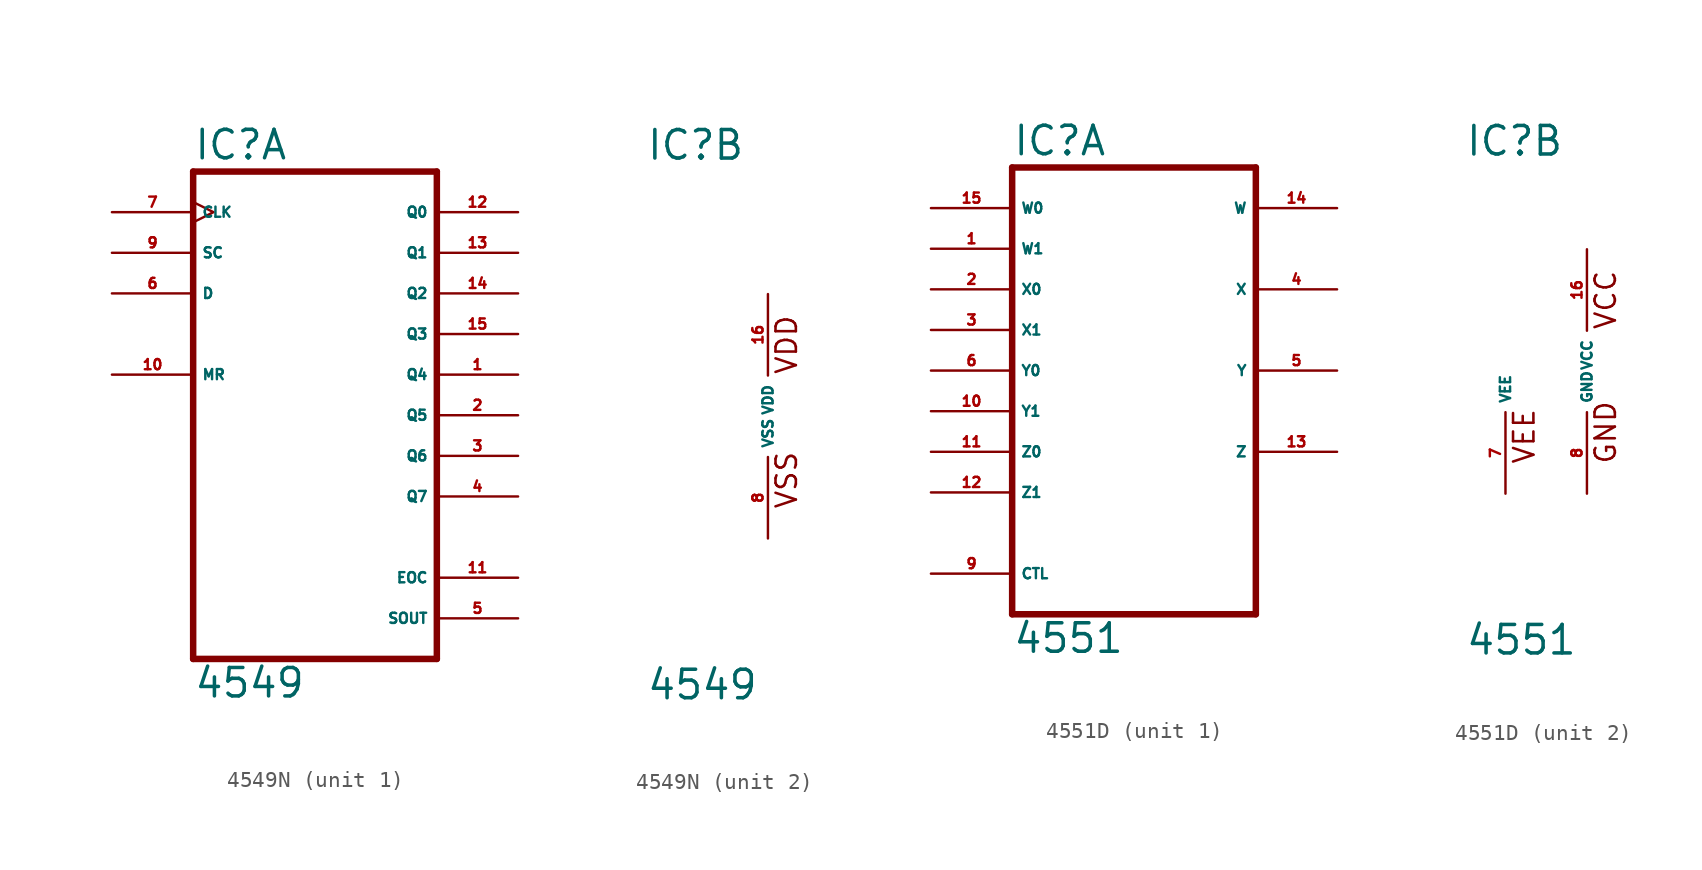
<source format=kicad_sym>
(kicad_symbol_lib
  (version 20220914)
  (generator Eagle2Kicad)
  (symbol "4549N"
    (property "Reference" "IC"
      (at -7.62 15.875 0)
      (effects (font (size 1.778 1.778) (thickness 0.22)) (justify left bottom)))
    (property "Value" "4549"
      (at -7.62 -17.78 0)
      (effects (font (size 1.778 1.778) (thickness 0.22)) (justify left bottom)))
    (symbol "4549N_1_0"
      (polyline (pts (xy -7.62 -15.24) (xy 7.62 -15.24)) (stroke (width 0.406) (type default)) (fill (type none)))
      (polyline (pts (xy 7.62 -15.24) (xy 7.62 15.24)) (stroke (width 0.406) (type default)) (fill (type none)))
      (polyline (pts (xy 7.62 15.24) (xy -7.62 15.24)) (stroke (width 0.406) (type default)) (fill (type none)))
      (polyline (pts (xy -7.62 15.24) (xy -7.62 -15.24)) (stroke (width 0.406) (type default)) (fill (type none)))
      (pin output line (at 12.7 2.54 180) (length 5.08) (name "Q4" (effects (font (size 0.635 0.635) (thickness 0.08)) (justify left bottom))) (number "1" (effects (font (size 0.635 0.635) (thickness 0.08)) (justify left bottom))))
      (pin output line (at 12.7 0 180) (length 5.08) (name "Q5" (effects (font (size 0.635 0.635) (thickness 0.08)) (justify left bottom))) (number "2" (effects (font (size 0.635 0.635) (thickness 0.08)) (justify left bottom))))
      (pin output line (at 12.7 -2.54 180) (length 5.08) (name "Q6" (effects (font (size 0.635 0.635) (thickness 0.08)) (justify left bottom))) (number "3" (effects (font (size 0.635 0.635) (thickness 0.08)) (justify left bottom))))
      (pin output line (at 12.7 -5.08 180) (length 5.08) (name "Q7" (effects (font (size 0.635 0.635) (thickness 0.08)) (justify left bottom))) (number "4" (effects (font (size 0.635 0.635) (thickness 0.08)) (justify left bottom))))
      (pin output line (at 12.7 -12.7 180) (length 5.08) (name "SOUT" (effects (font (size 0.635 0.635) (thickness 0.08)) (justify left bottom))) (number "5" (effects (font (size 0.635 0.635) (thickness 0.08)) (justify left bottom))))
      (pin input line (at -12.7 7.62 0) (length 5.08) (name "D" (effects (font (size 0.635 0.635) (thickness 0.08)) (justify left bottom))) (number "6" (effects (font (size 0.635 0.635) (thickness 0.08)) (justify left bottom))))
      (pin input clock (at -12.7 12.7 0) (length 5.08) (name "CLK" (effects (font (size 0.635 0.635) (thickness 0.08)) (justify left bottom))) (number "7" (effects (font (size 0.635 0.635) (thickness 0.08)) (justify left bottom))))
      (pin input line (at -12.7 10.16 0) (length 5.08) (name "SC" (effects (font (size 0.635 0.635) (thickness 0.08)) (justify left bottom))) (number "9" (effects (font (size 0.635 0.635) (thickness 0.08)) (justify left bottom))))
      (pin input line (at -12.7 2.54 0) (length 5.08) (name "MR" (effects (font (size 0.635 0.635) (thickness 0.08)) (justify left bottom))) (number "10" (effects (font (size 0.635 0.635) (thickness 0.08)) (justify left bottom))))
      (pin output line (at 12.7 -10.16 180) (length 5.08) (name "EOC" (effects (font (size 0.635 0.635) (thickness 0.08)) (justify left bottom))) (number "11" (effects (font (size 0.635 0.635) (thickness 0.08)) (justify left bottom))))
      (pin output line (at 12.7 12.7 180) (length 5.08) (name "Q0" (effects (font (size 0.635 0.635) (thickness 0.08)) (justify left bottom))) (number "12" (effects (font (size 0.635 0.635) (thickness 0.08)) (justify left bottom))))
      (pin output line (at 12.7 10.16 180) (length 5.08) (name "Q1" (effects (font (size 0.635 0.635) (thickness 0.08)) (justify left bottom))) (number "13" (effects (font (size 0.635 0.635) (thickness 0.08)) (justify left bottom))))
      (pin output line (at 12.7 7.62 180) (length 5.08) (name "Q2" (effects (font (size 0.635 0.635) (thickness 0.08)) (justify left bottom))) (number "14" (effects (font (size 0.635 0.635) (thickness 0.08)) (justify left bottom))))
      (pin output line (at 12.7 5.08 180) (length 5.08) (name "Q3" (effects (font (size 0.635 0.635) (thickness 0.08)) (justify left bottom))) (number "15" (effects (font (size 0.635 0.635) (thickness 0.08)) (justify left bottom)))))
    (symbol "4549N_2_0"
      (text "VDD" (at 1.905 2.54 900) (effects (font (size 1.27 1.27) (thickness 0.16)) (justify left bottom)))
      (text "VSS" (at 1.905 -5.842 900) (effects (font (size 1.27 1.27) (thickness 0.16)) (justify left bottom)))
      (pin unspecified line (at 0 -7.62 90) (length 5.08) (name "VSS" (effects (font (size 0.635 0.635) (thickness 0.08)) (justify left bottom))) (number "8" (effects (font (size 0.635 0.635) (thickness 0.08)) (justify left bottom))))
      (pin unspecified line (at 0 7.62 270) (length 5.08) (name "VDD" (effects (font (size 0.635 0.635) (thickness 0.08)) (justify left bottom))) (number "16" (effects (font (size 0.635 0.635) (thickness 0.08)) (justify left bottom))))))
  (symbol "4551D"
    (property "Reference" "IC"
      (at -7.62 13.335 0)
      (effects (font (size 1.778 1.778) (thickness 0.22)) (justify left bottom)))
    (property "Value" "4551"
      (at -7.62 -17.78 0)
      (effects (font (size 1.778 1.778) (thickness 0.22)) (justify left bottom)))
    (symbol "4551D_1_0"
      (polyline (pts (xy -7.62 -15.24) (xy 7.62 -15.24)) (stroke (width 0.406) (type default)) (fill (type none)))
      (polyline (pts (xy 7.62 -15.24) (xy 7.62 12.7)) (stroke (width 0.406) (type default)) (fill (type none)))
      (polyline (pts (xy 7.62 12.7) (xy -7.62 12.7)) (stroke (width 0.406) (type default)) (fill (type none)))
      (polyline (pts (xy -7.62 12.7) (xy -7.62 -15.24)) (stroke (width 0.406) (type default)) (fill (type none)))
      (pin bidirectional line (at -12.7 7.62 0) (length 5.08) (name "W1" (effects (font (size 0.635 0.635) (thickness 0.08)) (justify left bottom))) (number "1" (effects (font (size 0.635 0.635) (thickness 0.08)) (justify left bottom))))
      (pin bidirectional line (at -12.7 5.08 0) (length 5.08) (name "X0" (effects (font (size 0.635 0.635) (thickness 0.08)) (justify left bottom))) (number "2" (effects (font (size 0.635 0.635) (thickness 0.08)) (justify left bottom))))
      (pin bidirectional line (at -12.7 2.54 0) (length 5.08) (name "X1" (effects (font (size 0.635 0.635) (thickness 0.08)) (justify left bottom))) (number "3" (effects (font (size 0.635 0.635) (thickness 0.08)) (justify left bottom))))
      (pin bidirectional line (at 12.7 5.08 180) (length 5.08) (name "X" (effects (font (size 0.635 0.635) (thickness 0.08)) (justify left bottom))) (number "4" (effects (font (size 0.635 0.635) (thickness 0.08)) (justify left bottom))))
      (pin bidirectional line (at 12.7 0 180) (length 5.08) (name "Y" (effects (font (size 0.635 0.635) (thickness 0.08)) (justify left bottom))) (number "5" (effects (font (size 0.635 0.635) (thickness 0.08)) (justify left bottom))))
      (pin bidirectional line (at -12.7 0 0) (length 5.08) (name "Y0" (effects (font (size 0.635 0.635) (thickness 0.08)) (justify left bottom))) (number "6" (effects (font (size 0.635 0.635) (thickness 0.08)) (justify left bottom))))
      (pin input line (at -12.7 -12.7 0) (length 5.08) (name "CTL" (effects (font (size 0.635 0.635) (thickness 0.08)) (justify left bottom))) (number "9" (effects (font (size 0.635 0.635) (thickness 0.08)) (justify left bottom))))
      (pin bidirectional line (at -12.7 -2.54 0) (length 5.08) (name "Y1" (effects (font (size 0.635 0.635) (thickness 0.08)) (justify left bottom))) (number "10" (effects (font (size 0.635 0.635) (thickness 0.08)) (justify left bottom))))
      (pin bidirectional line (at -12.7 -5.08 0) (length 5.08) (name "Z0" (effects (font (size 0.635 0.635) (thickness 0.08)) (justify left bottom))) (number "11" (effects (font (size 0.635 0.635) (thickness 0.08)) (justify left bottom))))
      (pin bidirectional line (at -12.7 -7.62 0) (length 5.08) (name "Z1" (effects (font (size 0.635 0.635) (thickness 0.08)) (justify left bottom))) (number "12" (effects (font (size 0.635 0.635) (thickness 0.08)) (justify left bottom))))
      (pin bidirectional line (at 12.7 -5.08 180) (length 5.08) (name "Z" (effects (font (size 0.635 0.635) (thickness 0.08)) (justify left bottom))) (number "13" (effects (font (size 0.635 0.635) (thickness 0.08)) (justify left bottom))))
      (pin bidirectional line (at 12.7 10.16 180) (length 5.08) (name "W" (effects (font (size 0.635 0.635) (thickness 0.08)) (justify left bottom))) (number "14" (effects (font (size 0.635 0.635) (thickness 0.08)) (justify left bottom))))
      (pin bidirectional line (at -12.7 10.16 0) (length 5.08) (name "W0" (effects (font (size 0.635 0.635) (thickness 0.08)) (justify left bottom))) (number "15" (effects (font (size 0.635 0.635) (thickness 0.08)) (justify left bottom)))))
    (symbol "4551D_2_0"
      (text "VEE" (at -3.175 -5.842 900) (effects (font (size 1.27 1.27) (thickness 0.16)) (justify left bottom)))
      (text "GND" (at 1.905 -5.842 900) (effects (font (size 1.27 1.27) (thickness 0.16)) (justify left bottom)))
      (text "VCC" (at 1.905 2.54 900) (effects (font (size 1.27 1.27) (thickness 0.16)) (justify left bottom)))
      (pin unspecified line (at -5.08 -7.62 90) (length 5.08) (name "VEE" (effects (font (size 0.635 0.635) (thickness 0.08)) (justify left bottom))) (number "7" (effects (font (size 0.635 0.635) (thickness 0.08)) (justify left bottom))))
      (pin unspecified line (at 0 -7.62 90) (length 5.08) (name "GND" (effects (font (size 0.635 0.635) (thickness 0.08)) (justify left bottom))) (number "8" (effects (font (size 0.635 0.635) (thickness 0.08)) (justify left bottom))))
      (pin unspecified line (at 0 7.62 270) (length 5.08) (name "VCC" (effects (font (size 0.635 0.635) (thickness 0.08)) (justify left bottom))) (number "16" (effects (font (size 0.635 0.635) (thickness 0.08)) (justify left bottom)))))))
</source>
